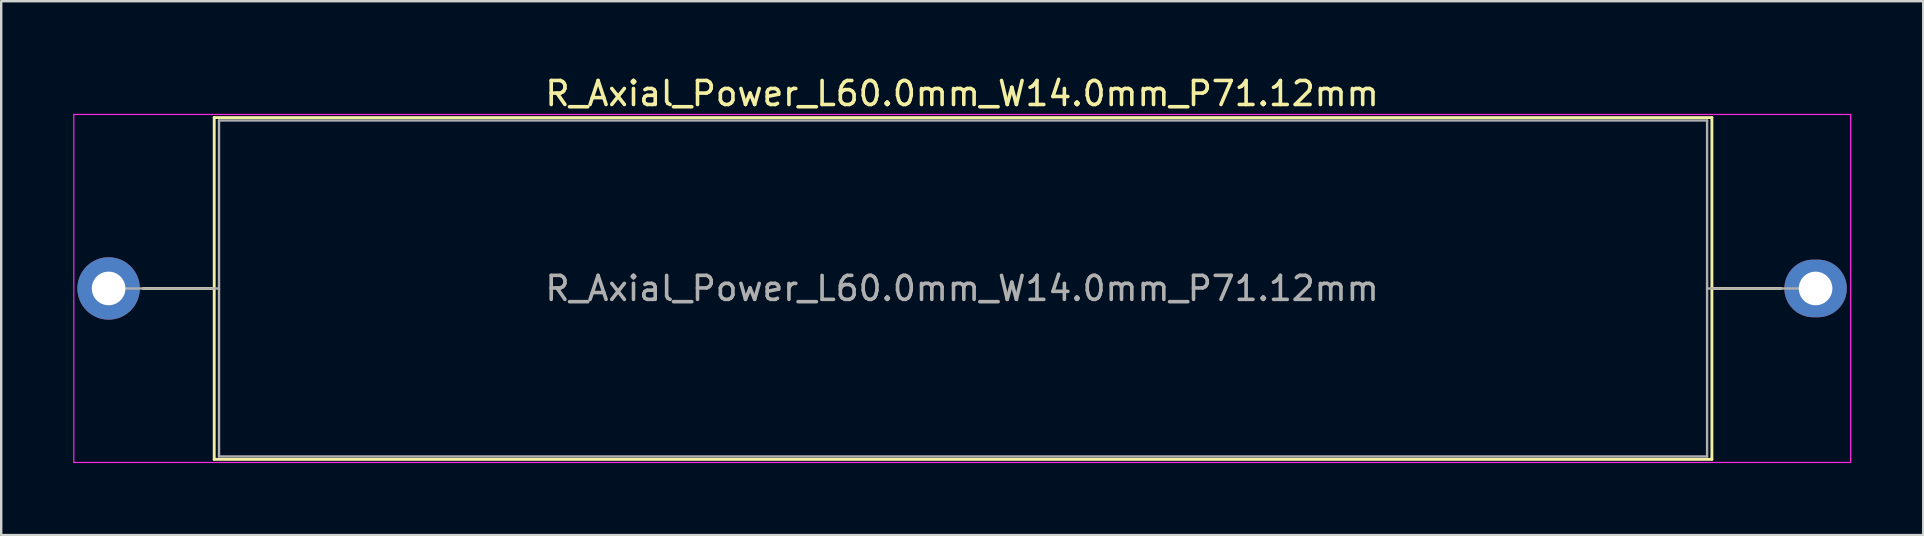
<source format=kicad_pcb>
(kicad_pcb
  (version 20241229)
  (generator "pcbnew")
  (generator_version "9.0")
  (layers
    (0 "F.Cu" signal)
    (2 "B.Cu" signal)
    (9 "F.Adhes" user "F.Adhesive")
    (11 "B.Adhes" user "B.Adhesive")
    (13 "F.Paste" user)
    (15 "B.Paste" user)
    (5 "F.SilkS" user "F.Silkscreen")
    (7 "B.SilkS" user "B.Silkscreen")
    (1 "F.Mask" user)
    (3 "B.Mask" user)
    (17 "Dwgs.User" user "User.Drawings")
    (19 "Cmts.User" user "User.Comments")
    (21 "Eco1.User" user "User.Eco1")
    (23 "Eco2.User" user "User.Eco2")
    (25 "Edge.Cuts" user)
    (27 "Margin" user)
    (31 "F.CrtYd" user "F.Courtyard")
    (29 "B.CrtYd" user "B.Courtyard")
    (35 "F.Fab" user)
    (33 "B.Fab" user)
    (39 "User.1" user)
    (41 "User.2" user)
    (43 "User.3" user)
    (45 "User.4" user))
  (footprint "R_Axial_Power_L60.0mm_W14.0mm_P71.12mm"
    (layer "F.Cu")
    (at 1.475 8.968)
    (property "Reference" "R_Axial_Power_L60.0mm_W14.0mm_P71.12mm" (at 35.56 -8.12 0) (layer "F.SilkS") (effects (font (size 1 1) (thickness 0.15))))
    (attr through_hole)
    (fp_line (start 1.44 0) (end 4.4 0) (stroke (width 0.12) (type solid)) (layer "F.SilkS"))
    (fp_line (start 4.4 -7.12) (end 4.4 7.12) (stroke (width 0.12) (type solid)) (layer "F.SilkS"))
    (fp_line (start 4.4 7.12) (end 66.8 7.12) (stroke (width 0.12) (type solid)) (layer "F.SilkS"))
    (fp_line (start 66.8 -7.12) (end 4.4 -7.12) (stroke (width 0.12) (type solid)) (layer "F.SilkS"))
    (fp_line (start 66.8 7.12) (end 66.8 -7.12) (stroke (width 0.12) (type solid)) (layer "F.SilkS"))
    (fp_line (start 69.68 0) (end 66.8 0) (stroke (width 0.12) (type solid)) (layer "F.SilkS"))
    (fp_line (start -1.45 -7.25) (end -1.45 7.25) (stroke (width 0.05) (type solid)) (layer "F.CrtYd"))
    (fp_line (start -1.45 7.25) (end 72.58 7.25) (stroke (width 0.05) (type solid)) (layer "F.CrtYd"))
    (fp_line (start 72.58 -7.25) (end -1.45 -7.25) (stroke (width 0.05) (type solid)) (layer "F.CrtYd"))
    (fp_line (start 72.58 7.25) (end 72.58 -7.25) (stroke (width 0.05) (type solid)) (layer "F.CrtYd"))
    (fp_line (start 0 0) (end 4.6 0) (stroke (width 0.1) (type solid)) (layer "F.Fab"))
    (fp_line (start 4.6 -7) (end 4.6 7) (stroke (width 0.1) (type solid)) (layer "F.Fab"))
    (fp_line (start 4.6 7) (end 66.6 7) (stroke (width 0.1) (type solid)) (layer "F.Fab"))
    (fp_line (start 66.6 -7) (end 4.6 -7) (stroke (width 0.1) (type solid)) (layer "F.Fab"))
    (fp_line (start 66.6 7) (end 66.6 -7) (stroke (width 0.1) (type solid)) (layer "F.Fab"))
    (fp_line (start 71.12 0) (end 66.6 0) (stroke (width 0.1) (type solid)) (layer "F.Fab"))
    (fp_text user "${REFERENCE}" (at 35.56 0 0) (layer "F.Fab") (effects (font (size 1 1) (thickness 0.15))))
    (pad "1" thru_hole circle (at 0 0) (size 2.6 2.6) (drill 1.4) (layers "*.Cu" "*.Mask"))
    (pad "2" thru_hole oval (at 71.12 0) (size 2.6 2.4) (drill 1.4) (layers "*.Cu" "*.Mask")))
  (gr_rect
    (start -3 -3)
    (end 77.08 19.243)
    (stroke (width 0.1) (type default))
    (fill no)
    (layer "Edge.Cuts")))
</source>
